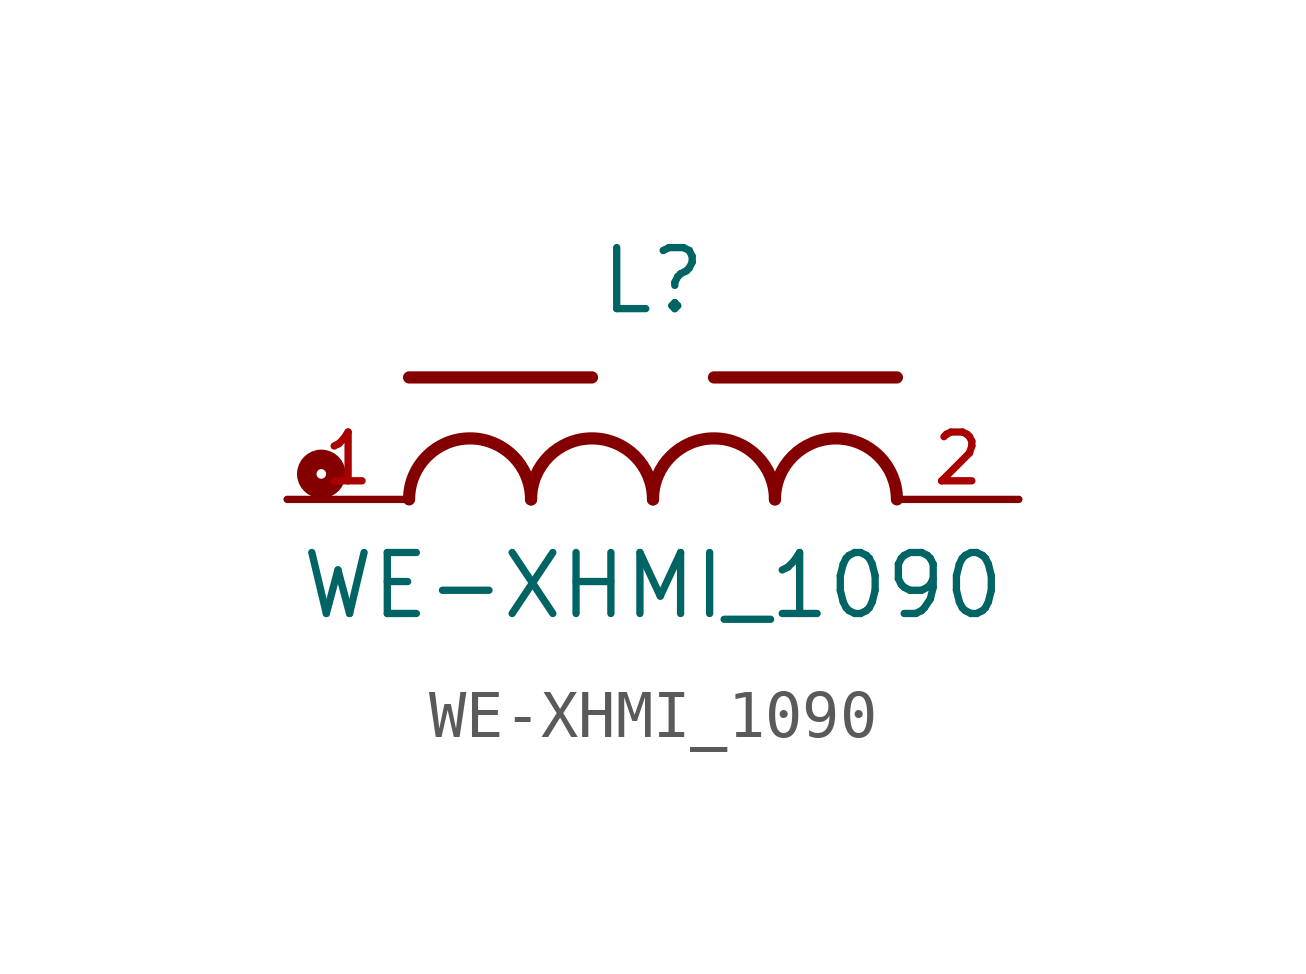
<source format=kicad_sym>
(kicad_symbol_lib
  (version 20211014)
  (generator kicad_symbol_editor)
  (symbol "WE-XHMI_1090"
    (pin_names
      (offset 1.016))
    (property "Reference" "L"
      (at 0.0 3.81 0)
      (effects (font (size 1.27 1.27)) (justify bottom)))
    (property "Value" "WE-XHMI_1090"
      (at 0.0 -2.54 0)
      (effects (font (size 1.27 1.27)) (justify bottom)))
    (symbol "WE-XHMI_1090_0_0"
      (arc (start -2.54 0.0) (mid -3.81 1.27) (end -5.08 0.0) (stroke (width 0.254) (type default) (color 0 0 0 0)) (fill (type none)))
      (arc (start 0.0 0.0) (mid -1.27 1.27) (end -2.54 0.0) (stroke (width 0.254) (type default) (color 0 0 0 0)) (fill (type none)))
      (arc (start 2.54 0.0) (mid 1.27 1.27) (end 0.0 0.0) (stroke (width 0.254) (type default) (color 0 0 0 0)) (fill (type none)))
      (arc (start 5.08 0.0) (mid 3.81 1.27) (end 2.54 0.0) (stroke (width 0.254) (type default) (color 0 0 0 0)) (fill (type none)))
      (polyline (pts (xy -5.08 2.54) (xy -1.27 2.54)) (stroke (width 0.254)))
      (polyline (pts (xy 1.27 2.54) (xy 5.08 2.54)) (stroke (width 0.254)))
      (circle (center -6.908 0.53) (radius 0.1) (stroke (width 0.406)) (fill (type none)))
      (pin passive line (at -7.62 0.0 0) (length 2.54) (name "~" (effects (font (size 1.016 1.016)))) (number "1" (effects (font (size 1.016 1.016)))))
      (pin passive line (at 7.62 0.0 180.0) (length 2.54) (name "~" (effects (font (size 1.016 1.016)))) (number "2" (effects (font (size 1.016 1.016))))))))
</source>
